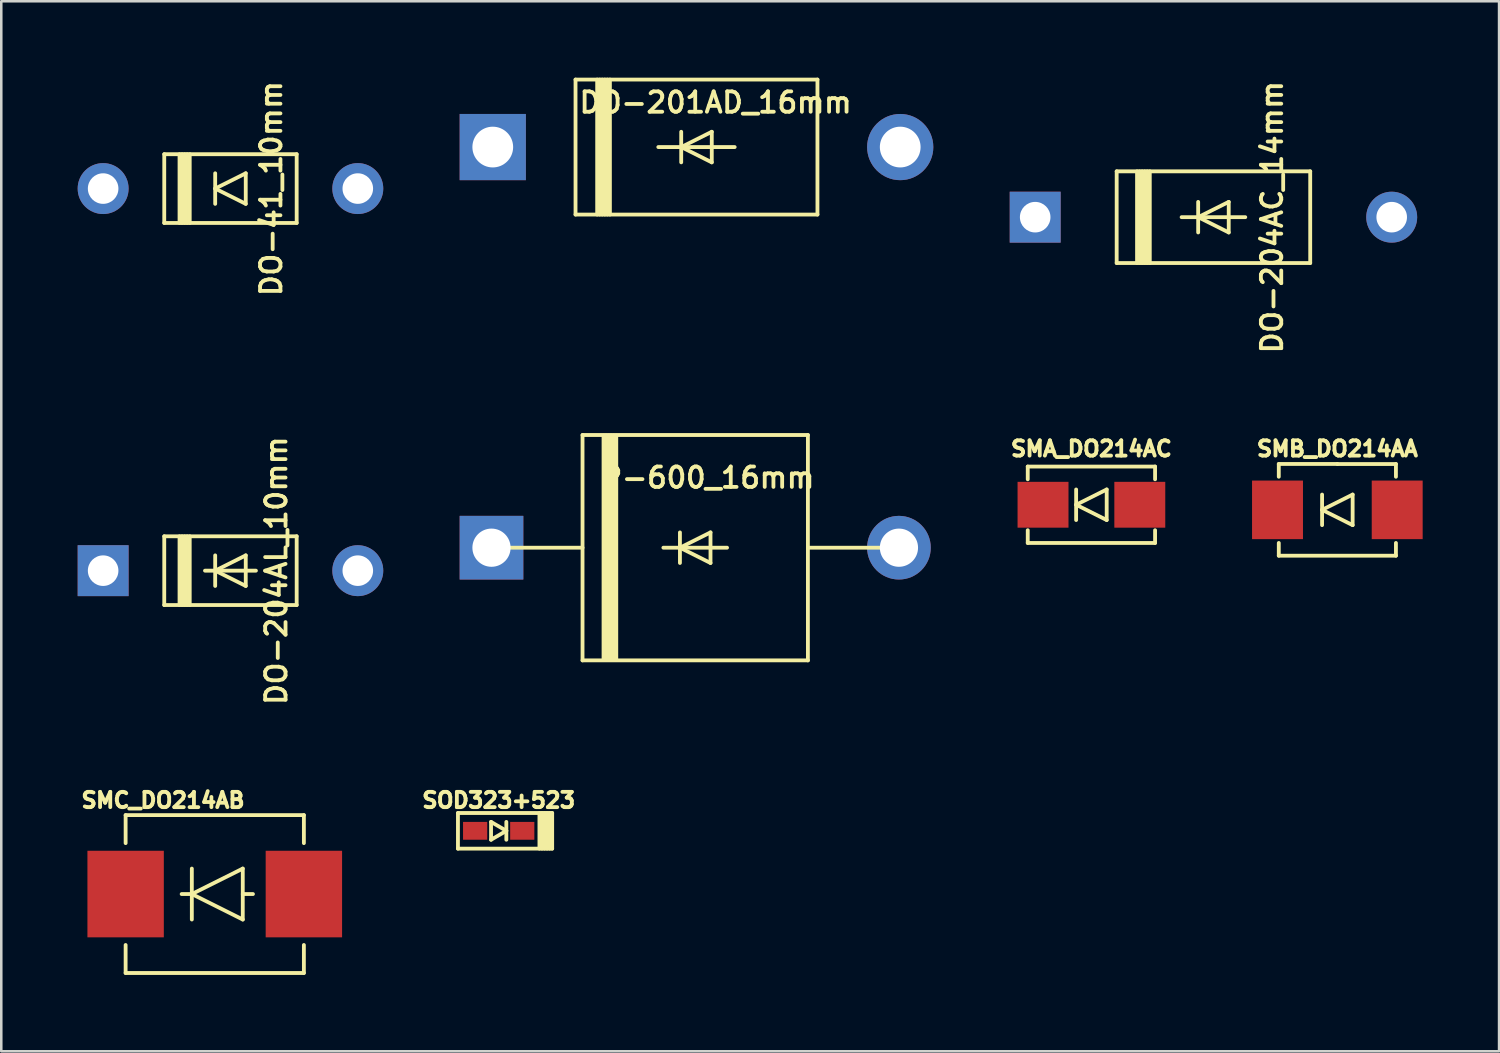
<source format=kicad_pcb>
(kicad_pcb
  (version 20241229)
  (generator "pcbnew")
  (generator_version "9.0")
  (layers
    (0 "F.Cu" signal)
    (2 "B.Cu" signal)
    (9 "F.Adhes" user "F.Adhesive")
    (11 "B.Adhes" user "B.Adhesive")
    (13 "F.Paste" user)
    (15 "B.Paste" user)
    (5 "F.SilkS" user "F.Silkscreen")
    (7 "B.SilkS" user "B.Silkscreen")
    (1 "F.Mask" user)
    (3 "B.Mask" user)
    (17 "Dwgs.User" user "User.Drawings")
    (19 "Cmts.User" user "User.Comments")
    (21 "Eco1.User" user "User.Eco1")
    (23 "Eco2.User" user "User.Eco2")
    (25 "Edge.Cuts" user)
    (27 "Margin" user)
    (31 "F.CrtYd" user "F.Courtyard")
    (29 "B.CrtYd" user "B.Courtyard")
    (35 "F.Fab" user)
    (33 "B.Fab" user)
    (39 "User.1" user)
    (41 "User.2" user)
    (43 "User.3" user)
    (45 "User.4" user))
  (footprint "DO-41_10mm"
    (layer "F.Cu")
    (at 6 4.355)
    (property "Reference" "DO-41_10mm" (at 1.6 0 90) (layer "F.SilkS") (effects (font (size 0.8 0.8) (thickness 0.15))))
    (attr through_hole)
    (fp_line (start -2.6 -1.35) (end -2.6 1.35) (stroke (width 0.15) (type solid)) (layer "F.SilkS"))
    (fp_line (start -2 -1.35) (end -2 1.35) (stroke (width 0.15) (type solid)) (layer "F.SilkS"))
    (fp_line (start -1.9 -1.35) (end -1.9 1.35) (stroke (width 0.15) (type solid)) (layer "F.SilkS"))
    (fp_line (start -1.8 1.35) (end -1.8 -1.35) (stroke (width 0.15) (type solid)) (layer "F.SilkS"))
    (fp_line (start -1.7 1.35) (end -1.7 -1.35) (stroke (width 0.15) (type solid)) (layer "F.SilkS"))
    (fp_line (start -1.6 -1.35) (end -1.6 1.35) (stroke (width 0.15) (type solid)) (layer "F.SilkS"))
    (fp_line (start -0.6 0.6) (end -0.6 -0.6) (stroke (width 0.15) (type solid)) (layer "F.SilkS"))
    (fp_line (start 0.6 -0.6) (end -0.6 0) (stroke (width 0.15) (type solid)) (layer "F.SilkS"))
    (fp_line (start 0.6 0.6) (end -0.6 0) (stroke (width 0.15) (type solid)) (layer "F.SilkS"))
    (fp_line (start 0.6 0.6) (end 0.6 -0.6) (stroke (width 0.15) (type solid)) (layer "F.SilkS"))
    (fp_line (start 2.6 -1.35) (end -2.6 -1.35) (stroke (width 0.15) (type solid)) (layer "F.SilkS"))
    (fp_line (start 2.6 -1.35) (end 2.6 1.35) (stroke (width 0.15) (type solid)) (layer "F.SilkS"))
    (fp_line (start 2.6 1.35) (end -2.6 1.35) (stroke (width 0.15) (type solid)) (layer "F.SilkS"))
    (pad "A" thru_hole circle (at 5 0) (size 2 2) (drill 1.2) (layers "*.Cu" "*.Mask"))
    (pad "C" thru_hole circle (at -5 0) (size 2 2) (drill 1.2) (layers "*.Cu" "*.Mask")))
  (footprint "P-600_16mm"
    (layer "F.Cu")
    (at 24.25 18.457)
    (property "Reference" "P-600_16mm" (at 0.5 -2.75 180) (layer "F.SilkS") (effects (font (size 0.8 0.8) (thickness 0.15))))
    (attr through_hole)
    (fp_line (start -8 0) (end -4.425 0) (stroke (width 0.15) (type solid)) (layer "F.SilkS"))
    (fp_line (start -4.425 -4.425) (end -4.425 4.425) (stroke (width 0.15) (type solid)) (layer "F.SilkS"))
    (fp_line (start -3.6 4.4) (end -3.6 -4.4) (stroke (width 0.15) (type solid)) (layer "F.SilkS"))
    (fp_line (start -3.5 -4.4) (end -3.5 4.4) (stroke (width 0.15) (type solid)) (layer "F.SilkS"))
    (fp_line (start -3.4 4.4) (end -3.4 -4.4) (stroke (width 0.15) (type solid)) (layer "F.SilkS"))
    (fp_line (start -3.3 4.4) (end -3.3 -4.4) (stroke (width 0.15) (type solid)) (layer "F.SilkS"))
    (fp_line (start -3.2 -4.4) (end -3.2 4.4) (stroke (width 0.15) (type solid)) (layer "F.SilkS"))
    (fp_line (start -3.1 4.4) (end -3.1 -4.4) (stroke (width 0.15) (type solid)) (layer "F.SilkS"))
    (fp_line (start -0.6 0.6) (end -0.6 -0.6) (stroke (width 0.15) (type solid)) (layer "F.SilkS"))
    (fp_line (start 0.6 -0.6) (end -0.6 0) (stroke (width 0.15) (type solid)) (layer "F.SilkS"))
    (fp_line (start 0.6 0.6) (end -0.6 0) (stroke (width 0.15) (type solid)) (layer "F.SilkS"))
    (fp_line (start 0.6 0.6) (end 0.6 -0.6) (stroke (width 0.15) (type solid)) (layer "F.SilkS"))
    (fp_line (start 1.25 0) (end -1.25 0) (stroke (width 0.15) (type solid)) (layer "F.SilkS"))
    (fp_line (start 4.425 -4.425) (end -4.425 -4.425) (stroke (width 0.15) (type solid)) (layer "F.SilkS"))
    (fp_line (start 4.425 -4.425) (end 4.425 4.425) (stroke (width 0.15) (type solid)) (layer "F.SilkS"))
    (fp_line (start 4.425 4.425) (end -4.425 4.425) (stroke (width 0.15) (type solid)) (layer "F.SilkS"))
    (fp_line (start 8 0) (end 4.425 0) (stroke (width 0.15) (type solid)) (layer "F.SilkS"))
    (pad "A" thru_hole circle (at 8 0) (size 2.5 2.5) (drill 1.5) (layers "*.Cu" "*.Mask"))
    (pad "C" thru_hole rect (at -8 0) (size 2.5 2.5) (drill 1.5) (layers "*.Cu" "*.Mask")))
  (footprint "SOD323+523"
    (layer "F.Cu")
    (at 16.533 29.575)
    (property "Reference" "SOD323+523" (at 0 -1.2 180) (layer "F.SilkS") (effects (font (size 0.6 0.6) (thickness 0.15))))
    (attr smd)
    (fp_line (start -1.6 -0.7) (end -1.6 0.7) (stroke (width 0.15) (type solid)) (layer "F.SilkS"))
    (fp_line (start -1.6 0.7) (end 2.1 0.7) (stroke (width 0.15) (type solid)) (layer "F.SilkS"))
    (fp_line (start -0.3 -0.35) (end -0.3 0.35) (stroke (width 0.15) (type solid)) (layer "F.SilkS"))
    (fp_line (start -0.3 0.35) (end 0.3 0) (stroke (width 0.15) (type solid)) (layer "F.SilkS"))
    (fp_line (start 0.3 -0.35) (end 0.3 0.35) (stroke (width 0.15) (type solid)) (layer "F.SilkS"))
    (fp_line (start 0.3 0) (end -0.3 -0.35) (stroke (width 0.15) (type solid)) (layer "F.SilkS"))
    (fp_line (start 1.6 0.7) (end 1.6 -0.7) (stroke (width 0.15) (type solid)) (layer "F.SilkS"))
    (fp_line (start 1.7 -0.7) (end 1.7 0.7) (stroke (width 0.15) (type solid)) (layer "F.SilkS"))
    (fp_line (start 1.8 0.7) (end 1.8 -0.7) (stroke (width 0.15) (type solid)) (layer "F.SilkS"))
    (fp_line (start 1.9 0.7) (end 1.9 -0.7) (stroke (width 0.15) (type solid)) (layer "F.SilkS"))
    (fp_line (start 2 -0.7) (end 2 0.7) (stroke (width 0.15) (type solid)) (layer "F.SilkS"))
    (fp_line (start 2.1 -0.7) (end -1.6 -0.7) (stroke (width 0.15) (type solid)) (layer "F.SilkS"))
    (fp_line (start 2.1 0.7) (end 2.1 -0.7) (stroke (width 0.15) (type solid)) (layer "F.SilkS"))
    (pad "A" smd rect (at -0.925 0) (size 0.95 0.7) (layers "F.Cu" "F.Mask" "F.Paste"))
    (pad "C" smd rect (at 0.925 0) (size 0.95 0.7) (layers "F.Cu" "F.Mask" "F.Paste")))
  (footprint "SMA_DO214AC"
    (layer "F.Cu")
    (at 39.808 16.771)
    (property "Reference" "SMA_DO214AC" (at 0 -2.2 0) (layer "F.SilkS") (effects (font (size 0.6 0.6) (thickness 0.15))))
    (attr smd)
    (fp_line (start -2.5 -1.5) (end 2.5 -1.5) (stroke (width 0.15) (type solid)) (layer "F.SilkS"))
    (fp_line (start -2.5 -1) (end -2.5 -1.5) (stroke (width 0.15) (type solid)) (layer "F.SilkS"))
    (fp_line (start -2.5 1.5) (end -2.5 1) (stroke (width 0.15) (type solid)) (layer "F.SilkS"))
    (fp_line (start -0.6 0) (end 0.6 -0.6) (stroke (width 0.15) (type solid)) (layer "F.SilkS"))
    (fp_line (start -0.6 0.6) (end -0.6 -0.6) (stroke (width 0.15) (type solid)) (layer "F.SilkS"))
    (fp_line (start 0.6 -0.6) (end 0.6 0.6) (stroke (width 0.15) (type solid)) (layer "F.SilkS"))
    (fp_line (start 0.6 0.6) (end -0.6 0) (stroke (width 0.15) (type solid)) (layer "F.SilkS"))
    (fp_line (start 2.5 -1.5) (end 2.5 -1) (stroke (width 0.15) (type solid)) (layer "F.SilkS"))
    (fp_line (start 2.5 1) (end 2.5 1.5) (stroke (width 0.15) (type solid)) (layer "F.SilkS"))
    (fp_line (start 2.5 1.5) (end -2.5 1.5) (stroke (width 0.15) (type solid)) (layer "F.SilkS"))
    (pad "A" smd rect (at 1.9 0) (size 2 1.8) (layers "F.Cu" "F.Mask" "F.Paste"))
    (pad "C" smd rect (at -1.9 0) (size 2 1.8) (layers "F.Cu" "F.Mask" "F.Paste")))
  (footprint "DO-204AC_14mm"
    (layer "F.Cu")
    (at 44.6 5.478)
    (property "Reference" "DO-204AC_14mm" (at 2.3 0 90) (layer "F.SilkS") (effects (font (size 0.8 0.8) (thickness 0.15))))
    (attr through_hole)
    (fp_line (start -3.8 -1.8) (end -3.8 1.8) (stroke (width 0.15) (type solid)) (layer "F.SilkS"))
    (fp_line (start -3 -1.8) (end -3 1.8) (stroke (width 0.15) (type solid)) (layer "F.SilkS"))
    (fp_line (start -2.9 -1.8) (end -2.9 1.8) (stroke (width 0.15) (type solid)) (layer "F.SilkS"))
    (fp_line (start -2.8 -1.8) (end -2.8 1.8) (stroke (width 0.15) (type solid)) (layer "F.SilkS"))
    (fp_line (start -2.7 1.8) (end -2.7 -1.8) (stroke (width 0.15) (type solid)) (layer "F.SilkS"))
    (fp_line (start -2.6 1.8) (end -2.6 -1.8) (stroke (width 0.15) (type solid)) (layer "F.SilkS"))
    (fp_line (start -2.5 1.8) (end -2.5 -1.8) (stroke (width 0.15) (type solid)) (layer "F.SilkS"))
    (fp_line (start -0.6 0.6) (end -0.6 -0.6) (stroke (width 0.15) (type solid)) (layer "F.SilkS"))
    (fp_line (start 0.6 -0.6) (end -0.6 0) (stroke (width 0.15) (type solid)) (layer "F.SilkS"))
    (fp_line (start 0.6 0.6) (end -0.6 0) (stroke (width 0.15) (type solid)) (layer "F.SilkS"))
    (fp_line (start 0.6 0.6) (end 0.6 -0.6) (stroke (width 0.15) (type solid)) (layer "F.SilkS"))
    (fp_line (start 1.25 0) (end -1.25 0) (stroke (width 0.15) (type solid)) (layer "F.SilkS"))
    (fp_line (start 3.8 -1.8) (end -3.8 -1.8) (stroke (width 0.15) (type solid)) (layer "F.SilkS"))
    (fp_line (start 3.8 -1.8) (end 3.8 1.8) (stroke (width 0.15) (type solid)) (layer "F.SilkS"))
    (fp_line (start 3.8 1.8) (end -3.8 1.8) (stroke (width 0.15) (type solid)) (layer "F.SilkS"))
    (pad "A" thru_hole circle (at 7 0) (size 2 2) (drill 1.2) (layers "*.Cu" "*.Mask"))
    (pad "C" thru_hole rect (at -7 0) (size 2 2) (drill 1.2) (layers "*.Cu" "*.Mask")))
  (footprint "DO-204AL_10mm"
    (layer "F.Cu")
    (at 6 19.359)
    (property "Reference" "DO-204AL_10mm" (at 1.8 0 90) (layer "F.SilkS") (effects (font (size 0.8 0.8) (thickness 0.15))))
    (attr through_hole)
    (fp_line (start -2.6 -1.35) (end -2.6 1.35) (stroke (width 0.15) (type solid)) (layer "F.SilkS"))
    (fp_line (start -2 -1.35) (end -2 1.35) (stroke (width 0.15) (type solid)) (layer "F.SilkS"))
    (fp_line (start -1.9 -1.35) (end -1.9 1.35) (stroke (width 0.15) (type solid)) (layer "F.SilkS"))
    (fp_line (start -1.8 1.35) (end -1.8 -1.35) (stroke (width 0.15) (type solid)) (layer "F.SilkS"))
    (fp_line (start -1.7 1.35) (end -1.7 -1.35) (stroke (width 0.15) (type solid)) (layer "F.SilkS"))
    (fp_line (start -1.6 -1.35) (end -1.6 1.35) (stroke (width 0.15) (type solid)) (layer "F.SilkS"))
    (fp_line (start -1 0) (end 1 0) (stroke (width 0.15) (type solid)) (layer "F.SilkS"))
    (fp_line (start -0.6 0.6) (end -0.6 -0.6) (stroke (width 0.15) (type solid)) (layer "F.SilkS"))
    (fp_line (start 0.6 -0.6) (end -0.6 0) (stroke (width 0.15) (type solid)) (layer "F.SilkS"))
    (fp_line (start 0.6 0.6) (end -0.6 0) (stroke (width 0.15) (type solid)) (layer "F.SilkS"))
    (fp_line (start 0.6 0.6) (end 0.6 -0.6) (stroke (width 0.15) (type solid)) (layer "F.SilkS"))
    (fp_line (start 2.6 -1.35) (end -2.6 -1.35) (stroke (width 0.15) (type solid)) (layer "F.SilkS"))
    (fp_line (start 2.6 -1.35) (end 2.6 1.35) (stroke (width 0.15) (type solid)) (layer "F.SilkS"))
    (fp_line (start 2.6 1.35) (end -2.6 1.35) (stroke (width 0.15) (type solid)) (layer "F.SilkS"))
    (pad "A" thru_hole circle (at 5 0) (size 2 2) (drill 1.2) (layers "*.Cu" "*.Mask"))
    (pad "C" thru_hole rect (at -5 0) (size 2 2) (drill 1.2) (layers "*.Cu" "*.Mask")))
  (footprint "DO-201AD_16mm"
    (layer "F.Cu")
    (at 24.3 2.725)
    (property "Reference" "DO-201AD_16mm" (at 0.75 -1.75 0) (layer "F.SilkS") (effects (font (size 0.8 0.8) (thickness 0.15))))
    (attr through_hole)
    (fp_line (start -4.75 -2.65) (end -4.75 2.65) (stroke (width 0.15) (type solid)) (layer "F.SilkS"))
    (fp_line (start -3.9 -2.65) (end -3.9 2.65) (stroke (width 0.15) (type solid)) (layer "F.SilkS"))
    (fp_line (start -3.8 2.65) (end -3.8 -2.65) (stroke (width 0.15) (type solid)) (layer "F.SilkS"))
    (fp_line (start -3.7 -2.65) (end -3.7 2.65) (stroke (width 0.15) (type solid)) (layer "F.SilkS"))
    (fp_line (start -3.6 2.65) (end -3.6 -2.65) (stroke (width 0.15) (type solid)) (layer "F.SilkS"))
    (fp_line (start -3.5 -2.65) (end -3.5 2.65) (stroke (width 0.15) (type solid)) (layer "F.SilkS"))
    (fp_line (start -3.4 2.65) (end -3.4 -2.65) (stroke (width 0.15) (type solid)) (layer "F.SilkS"))
    (fp_line (start -0.6 0.6) (end -0.6 -0.6) (stroke (width 0.15) (type solid)) (layer "F.SilkS"))
    (fp_line (start 0.6 -0.6) (end -0.6 0) (stroke (width 0.15) (type solid)) (layer "F.SilkS"))
    (fp_line (start 0.6 0.6) (end -0.6 0) (stroke (width 0.15) (type solid)) (layer "F.SilkS"))
    (fp_line (start 0.6 0.6) (end 0.6 -0.6) (stroke (width 0.15) (type solid)) (layer "F.SilkS"))
    (fp_line (start 1.5 0) (end -1.5 0) (stroke (width 0.15) (type solid)) (layer "F.SilkS"))
    (fp_line (start 4.75 -2.65) (end -4.75 -2.65) (stroke (width 0.15) (type solid)) (layer "F.SilkS"))
    (fp_line (start 4.75 -2.65) (end 4.75 2.65) (stroke (width 0.15) (type solid)) (layer "F.SilkS"))
    (fp_line (start 4.75 2.65) (end -4.75 2.65) (stroke (width 0.15) (type solid)) (layer "F.SilkS"))
    (pad "A" thru_hole circle (at 8 0) (size 2.6 2.6) (drill 1.6) (layers "*.Cu" "*.Mask"))
    (pad "C" thru_hole rect (at -8 0) (size 2.6 2.6) (drill 1.6) (layers "*.Cu" "*.Mask")))
  (footprint "SMB_DO214AA"
    (layer "F.Cu")
    (at 49.466 16.971)
    (property "Reference" "SMB_DO214AA" (at 0 -2.4 0) (layer "F.SilkS") (effects (font (size 0.6 0.6) (thickness 0.15))))
    (attr smd)
    (fp_line (start -2.301 -1.801) (end 0 -1.801) (stroke (width 0.15) (type solid)) (layer "F.SilkS"))
    (fp_line (start -2.3 -1.8) (end -2.3 -1.3) (stroke (width 0.15) (type solid)) (layer "F.SilkS"))
    (fp_line (start -2.3 1.8) (end -2.3 1.3) (stroke (width 0.15) (type solid)) (layer "F.SilkS"))
    (fp_line (start -0.6 0) (end 0.6 0.6) (stroke (width 0.15) (type solid)) (layer "F.SilkS"))
    (fp_line (start -0.6 0.6) (end -0.6 -0.6) (stroke (width 0.15) (type solid)) (layer "F.SilkS"))
    (fp_line (start 0 -1.8) (end 2.3 -1.8) (stroke (width 0.15) (type solid)) (layer "F.SilkS"))
    (fp_line (start 0.6 -0.6) (end -0.6 0) (stroke (width 0.15) (type solid)) (layer "F.SilkS"))
    (fp_line (start 0.6 0.6) (end 0.6 -0.6) (stroke (width 0.15) (type solid)) (layer "F.SilkS"))
    (fp_line (start 2.3 -1.8) (end 2.3 -1.3) (stroke (width 0.15) (type solid)) (layer "F.SilkS"))
    (fp_line (start 2.3 1.8) (end -2.3 1.8) (stroke (width 0.15) (type solid)) (layer "F.SilkS"))
    (fp_line (start 2.3 1.8) (end 2.3 1.3) (stroke (width 0.15) (type solid)) (layer "F.SilkS"))
    (pad "A" smd rect (at 2.35 0) (size 2 2.3) (layers "F.Cu" "F.Mask" "F.Paste"))
    (pad "C" smd rect (at -2.35 0) (size 2 2.3) (layers "F.Cu" "F.Mask" "F.Paste")))
  (footprint "SMC_DO214AB"
    (layer "F.Cu")
    (at 5.383 32.058)
    (property "Reference" "SMC_DO214AB" (at -2.032 -3.683 0) (layer "F.SilkS") (effects (font (size 0.6 0.6) (thickness 0.15))))
    (attr through_hole)
    (fp_line (start -3.5 -3.1) (end 3.5 -3.1) (stroke (width 0.15) (type solid)) (layer "F.SilkS"))
    (fp_line (start -3.5 -2) (end -3.5 -3.1) (stroke (width 0.15) (type solid)) (layer "F.SilkS"))
    (fp_line (start -3.5 3.1) (end -3.5 2) (stroke (width 0.15) (type solid)) (layer "F.SilkS"))
    (fp_line (start -0.9 -1) (end -0.9 1) (stroke (width 0.15) (type solid)) (layer "F.SilkS"))
    (fp_line (start -0.9 0) (end -1.3 0) (stroke (width 0.15) (type solid)) (layer "F.SilkS"))
    (fp_line (start -0.9 0) (end 1.1 1) (stroke (width 0.15) (type solid)) (layer "F.SilkS"))
    (fp_line (start 1.1 -1) (end -0.9 0) (stroke (width 0.15) (type solid)) (layer "F.SilkS"))
    (fp_line (start 1.1 1) (end 1.1 -1) (stroke (width 0.15) (type solid)) (layer "F.SilkS"))
    (fp_line (start 1.5 0) (end 1.1 0) (stroke (width 0.15) (type solid)) (layer "F.SilkS"))
    (fp_line (start 3.5 -3.1) (end 3.5 -2) (stroke (width 0.15) (type solid)) (layer "F.SilkS"))
    (fp_line (start 3.5 3.1) (end -3.5 3.1) (stroke (width 0.15) (type solid)) (layer "F.SilkS"))
    (fp_line (start 3.5 3.1) (end 3.5 2) (stroke (width 0.15) (type solid)) (layer "F.SilkS"))
    (pad "A" smd rect (at 3.5 0 180) (size 3 3.4) (layers "F.Cu" "F.Mask" "F.Paste"))
    (pad "C" smd rect (at -3.5 0 180) (size 3 3.4) (layers "F.Cu" "F.Mask" "F.Paste")))
  (gr_rect
    (start -3 -3)
    (end 55.816 38.233)
    (stroke (width 0.1) (type default))
    (fill no)
    (layer "Edge.Cuts")))
</source>
